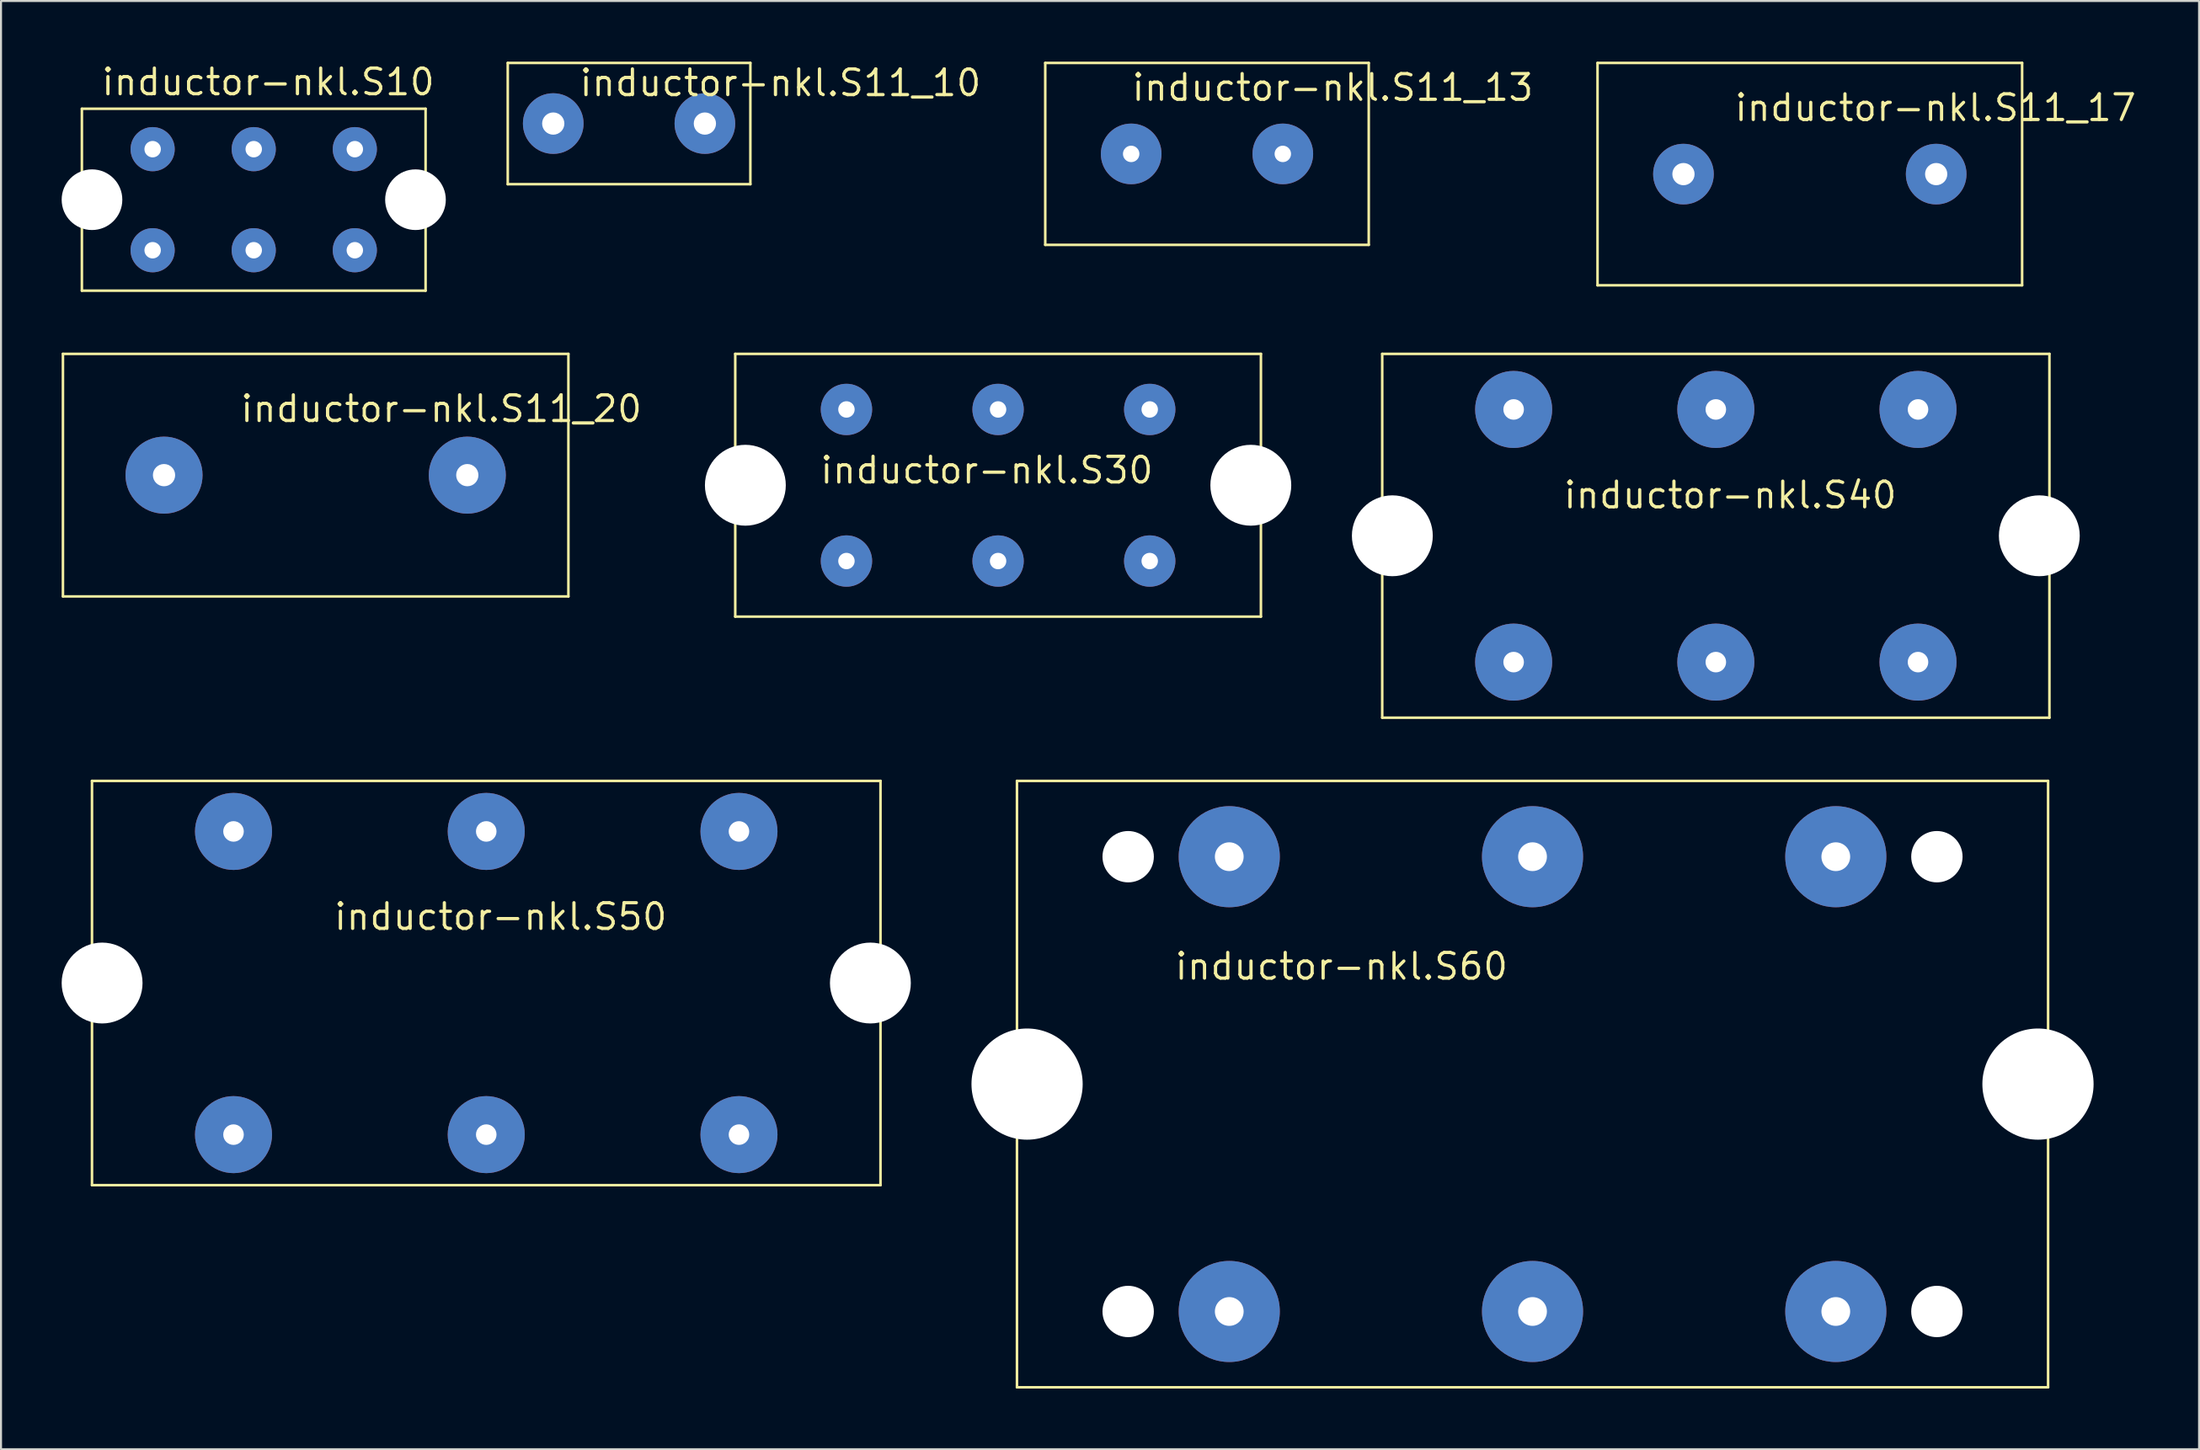
<source format=kicad_pcb>
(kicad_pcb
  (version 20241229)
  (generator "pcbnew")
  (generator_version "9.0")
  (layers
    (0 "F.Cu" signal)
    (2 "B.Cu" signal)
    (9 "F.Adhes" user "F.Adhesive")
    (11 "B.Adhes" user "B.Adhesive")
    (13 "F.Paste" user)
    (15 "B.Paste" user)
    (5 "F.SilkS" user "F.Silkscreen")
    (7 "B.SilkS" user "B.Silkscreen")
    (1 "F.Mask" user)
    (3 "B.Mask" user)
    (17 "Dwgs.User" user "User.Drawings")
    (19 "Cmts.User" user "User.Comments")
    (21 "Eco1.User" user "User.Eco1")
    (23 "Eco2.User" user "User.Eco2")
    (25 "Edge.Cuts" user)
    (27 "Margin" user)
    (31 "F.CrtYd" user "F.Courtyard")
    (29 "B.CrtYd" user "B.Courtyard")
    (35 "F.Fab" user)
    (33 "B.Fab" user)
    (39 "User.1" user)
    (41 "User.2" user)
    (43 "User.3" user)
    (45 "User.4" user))
  (footprint "inductor-nkl.S11_17"
    (layer "F.Cu")
    (at 86.465 5.564)
    (property "Reference" "inductor-nkl.S11_17" (at -3.81 -2.54 0) (layer "F.SilkS") (effects (font (size 1.27 1.27) (thickness 0.16)) (justify left bottom)))
    (attr through_hole)
    (fp_line (start -10.5 -5.5) (end 10.5 -5.5) (stroke (width 0.127) (type default)) (layer "F.SilkS"))
    (fp_line (start -10.5 5.5) (end -10.5 -5.5) (stroke (width 0.127) (type default)) (layer "F.SilkS"))
    (fp_line (start 10.5 -5.5) (end 10.5 5.5) (stroke (width 0.127) (type default)) (layer "F.SilkS"))
    (fp_line (start 10.5 5.5) (end -10.5 5.5) (stroke (width 0.127) (type default)) (layer "F.SilkS"))
    (pad "1" thru_hole circle (at -6.25 0) (size 3 3) (drill 1.1) (layers "*.Cu" "*.Mask"))
    (pad "2" thru_hole circle (at 6.25 0) (size 3 3) (drill 1.1) (layers "*.Cu" "*.Mask")))
  (footprint "inductor-nkl.S30"
    (layer "F.Cu")
    (at 46.316 20.957)
    (property "Reference" "inductor-nkl.S30" (at -8.89 0 0) (layer "F.SilkS") (effects (font (size 1.27 1.27) (thickness 0.16)) (justify left bottom)))
    (attr through_hole)
    (fp_line (start -13 -6.5) (end 13 -6.5) (stroke (width 0.127) (type default)) (layer "F.SilkS"))
    (fp_line (start -13 6.5) (end -13 -6.5) (stroke (width 0.127) (type default)) (layer "F.SilkS"))
    (fp_line (start 13 -6.5) (end 13 6.5) (stroke (width 0.127) (type default)) (layer "F.SilkS"))
    (fp_line (start 13 6.5) (end -13 6.5) (stroke (width 0.127) (type default)) (layer "F.SilkS"))
    (pad "" np_thru_hole circle (at -12.5 0) (size 4 4) (drill 4) (layers "*.Cu" "*.Mask"))
    (pad "" np_thru_hole circle (at 12.5 0) (size 4 4) (drill 4) (layers "*.Cu" "*.Mask"))
    (pad "1" thru_hole circle (at 7.5 -3.75) (size 2.54 2.54) (drill 0.813) (layers "*.Cu" "*.Mask"))
    (pad "2" thru_hole circle (at 7.5 3.75) (size 2.54 2.54) (drill 0.813) (layers "*.Cu" "*.Mask"))
    (pad "3" thru_hole circle (at -7.5 -3.75) (size 2.54 2.54) (drill 0.813) (layers "*.Cu" "*.Mask"))
    (pad "4" thru_hole circle (at -7.5 3.75) (size 2.54 2.54) (drill 0.813) (layers "*.Cu" "*.Mask"))
    (pad "5" thru_hole circle (at 0 -3.75) (size 2.54 2.54) (drill 0.813) (layers "*.Cu" "*.Mask"))
    (pad "6" thru_hole circle (at 0 3.75) (size 2.54 2.54) (drill 0.813) (layers "*.Cu" "*.Mask")))
  (footprint "inductor-nkl.S11_20"
    (layer "F.Cu")
    (at 12.563 20.457)
    (property "Reference" "inductor-nkl.S11_20" (at -3.81 -2.54 0) (layer "F.SilkS") (effects (font (size 1.27 1.27) (thickness 0.16)) (justify left bottom)))
    (attr through_hole)
    (fp_line (start -12.5 -6) (end 12.5 -6) (stroke (width 0.127) (type default)) (layer "F.SilkS"))
    (fp_line (start -12.5 6) (end -12.5 -6) (stroke (width 0.127) (type default)) (layer "F.SilkS"))
    (fp_line (start 12.5 -6) (end 12.5 6) (stroke (width 0.127) (type default)) (layer "F.SilkS"))
    (fp_line (start 12.5 6) (end -12.5 6) (stroke (width 0.127) (type default)) (layer "F.SilkS"))
    (pad "1" thru_hole circle (at -7.5 0) (size 3.81 3.81) (drill 1.1) (layers "*.Cu" "*.Mask"))
    (pad "2" thru_hole circle (at 7.5 0) (size 3.81 3.81) (drill 1.1) (layers "*.Cu" "*.Mask")))
  (footprint "inductor-nkl.S60"
    (layer "F.Cu")
    (at 72.75 50.584)
    (property "Reference" "inductor-nkl.S60" (at -17.78 -5.08 0) (layer "F.SilkS") (effects (font (size 1.27 1.27) (thickness 0.16)) (justify left bottom)))
    (attr through_hole)
    (fp_line (start -25.5 -15) (end 25.5 -15) (stroke (width 0.127) (type default)) (layer "F.SilkS"))
    (fp_line (start -25.5 15) (end -25.5 -15) (stroke (width 0.127) (type default)) (layer "F.SilkS"))
    (fp_line (start 25.5 -15) (end 25.5 15) (stroke (width 0.127) (type default)) (layer "F.SilkS"))
    (fp_line (start 25.5 15) (end -25.5 15) (stroke (width 0.127) (type default)) (layer "F.SilkS"))
    (pad "" np_thru_hole circle (at -25 0) (size 5.5 5.5) (drill 5.5) (layers "*.Cu" "*.Mask"))
    (pad "" np_thru_hole circle (at -20 -11.25) (size 2.54 2.54) (drill 2.54) (layers "*.Cu" "*.Mask"))
    (pad "" np_thru_hole circle (at -20 11.25) (size 2.54 2.54) (drill 2.54) (layers "*.Cu" "*.Mask"))
    (pad "" np_thru_hole circle (at 20 -11.25) (size 2.54 2.54) (drill 2.54) (layers "*.Cu" "*.Mask"))
    (pad "" np_thru_hole circle (at 20 11.25) (size 2.54 2.54) (drill 2.54) (layers "*.Cu" "*.Mask"))
    (pad "" np_thru_hole circle (at 25 0) (size 5.5 5.5) (drill 5.5) (layers "*.Cu" "*.Mask"))
    (pad "1" thru_hole circle (at 15 -11.25) (size 5 5) (drill 1.422) (layers "*.Cu" "*.Mask"))
    (pad "2" thru_hole circle (at 15 11.25) (size 5 5) (drill 1.422) (layers "*.Cu" "*.Mask"))
    (pad "3" thru_hole circle (at -15 -11.25) (size 5 5) (drill 1.422) (layers "*.Cu" "*.Mask"))
    (pad "4" thru_hole circle (at -15 11.25) (size 5 5) (drill 1.422) (layers "*.Cu" "*.Mask"))
    (pad "5" thru_hole circle (at 0 -11.25) (size 5 5) (drill 1.422) (layers "*.Cu" "*.Mask"))
    (pad "6" thru_hole circle (at 0 11.25) (size 5 5) (drill 1.422) (layers "*.Cu" "*.Mask")))
  (footprint "inductor-nkl.S11_13"
    (layer "F.Cu")
    (at 56.649 4.564)
    (property "Reference" "inductor-nkl.S11_13" (at -3.81 -2.54 0) (layer "F.SilkS") (effects (font (size 1.27 1.27) (thickness 0.16)) (justify left bottom)))
    (attr through_hole)
    (fp_line (start -8 -4.5) (end 8 -4.5) (stroke (width 0.127) (type default)) (layer "F.SilkS"))
    (fp_line (start -8 4.5) (end -8 -4.5) (stroke (width 0.127) (type default)) (layer "F.SilkS"))
    (fp_line (start 8 -4.5) (end 8 4.5) (stroke (width 0.127) (type default)) (layer "F.SilkS"))
    (fp_line (start 8 4.5) (end -8 4.5) (stroke (width 0.127) (type default)) (layer "F.SilkS"))
    (pad "1" thru_hole circle (at -3.75 0) (size 3 3) (drill 0.813) (layers "*.Cu" "*.Mask"))
    (pad "2" thru_hole circle (at 3.75 0) (size 3 3) (drill 0.813) (layers "*.Cu" "*.Mask")))
  (footprint "inductor-nkl.S40"
    (layer "F.Cu")
    (at 81.816 23.457)
    (property "Reference" "inductor-nkl.S40" (at -7.62 -1.27 0) (layer "F.SilkS") (effects (font (size 1.27 1.27) (thickness 0.16)) (justify left bottom)))
    (attr through_hole)
    (fp_line (start -16.5 -9) (end 16.5 -9) (stroke (width 0.127) (type default)) (layer "F.SilkS"))
    (fp_line (start -16.5 9) (end -16.5 -9) (stroke (width 0.127) (type default)) (layer "F.SilkS"))
    (fp_line (start 16.5 -9) (end 16.5 9) (stroke (width 0.127) (type default)) (layer "F.SilkS"))
    (fp_line (start 16.5 9) (end -16.5 9) (stroke (width 0.127) (type default)) (layer "F.SilkS"))
    (pad "" np_thru_hole circle (at -16 0) (size 4 4) (drill 4) (layers "*.Cu" "*.Mask"))
    (pad "" np_thru_hole circle (at 16 0) (size 4 4) (drill 4) (layers "*.Cu" "*.Mask"))
    (pad "1" thru_hole circle (at 10 -6.25) (size 3.81 3.81) (drill 1.016) (layers "*.Cu" "*.Mask"))
    (pad "2" thru_hole circle (at 10 6.25) (size 3.81 3.81) (drill 1.016) (layers "*.Cu" "*.Mask"))
    (pad "3" thru_hole circle (at -10 -6.25) (size 3.81 3.81) (drill 1.016) (layers "*.Cu" "*.Mask"))
    (pad "4" thru_hole circle (at -10 6.25) (size 3.81 3.81) (drill 1.016) (layers "*.Cu" "*.Mask"))
    (pad "5" thru_hole circle (at 0 -6.25) (size 3.81 3.81) (drill 1.016) (layers "*.Cu" "*.Mask"))
    (pad "6" thru_hole circle (at 0 6.25) (size 3.81 3.81) (drill 1.016) (layers "*.Cu" "*.Mask")))
  (footprint "inductor-nkl.S11_10"
    (layer "F.Cu")
    (at 28.064 3.063)
    (property "Reference" "inductor-nkl.S11_10" (at -2.54 -1.27 0) (layer "F.SilkS") (effects (font (size 1.27 1.27) (thickness 0.16)) (justify left bottom)))
    (attr through_hole)
    (fp_line (start -6 -3) (end 6 -3) (stroke (width 0.127) (type default)) (layer "F.SilkS"))
    (fp_line (start -6 3) (end -6 -3) (stroke (width 0.127) (type default)) (layer "F.SilkS"))
    (fp_line (start 6 -3) (end 6 3) (stroke (width 0.127) (type default)) (layer "F.SilkS"))
    (fp_line (start 6 3) (end -6 3) (stroke (width 0.127) (type default)) (layer "F.SilkS"))
    (pad "1" thru_hole circle (at -3.75 0) (size 3 3) (drill 1.1) (layers "*.Cu" "*.Mask"))
    (pad "2" thru_hole circle (at 3.75 0) (size 3 3) (drill 1.1) (layers "*.Cu" "*.Mask")))
  (footprint "inductor-nkl.S50"
    (layer "F.Cu")
    (at 21 45.584)
    (property "Reference" "inductor-nkl.S50" (at -7.62 -2.54 0) (layer "F.SilkS") (effects (font (size 1.27 1.27) (thickness 0.16)) (justify left bottom)))
    (attr through_hole)
    (fp_line (start -19.5 -10) (end 19.5 -10) (stroke (width 0.127) (type default)) (layer "F.SilkS"))
    (fp_line (start -19.5 10) (end -19.5 -10) (stroke (width 0.127) (type default)) (layer "F.SilkS"))
    (fp_line (start 19.5 -10) (end 19.5 10) (stroke (width 0.127) (type default)) (layer "F.SilkS"))
    (fp_line (start 19.5 10) (end -19.5 10) (stroke (width 0.127) (type default)) (layer "F.SilkS"))
    (pad "" np_thru_hole circle (at -19 0) (size 4 4) (drill 4) (layers "*.Cu" "*.Mask"))
    (pad "" np_thru_hole circle (at 19 0) (size 4 4) (drill 4) (layers "*.Cu" "*.Mask"))
    (pad "1" thru_hole circle (at 12.5 -7.5) (size 3.81 3.81) (drill 1.016) (layers "*.Cu" "*.Mask"))
    (pad "2" thru_hole circle (at 12.5 7.5) (size 3.81 3.81) (drill 1.016) (layers "*.Cu" "*.Mask"))
    (pad "3" thru_hole circle (at -12.5 -7.5) (size 3.81 3.81) (drill 1.016) (layers "*.Cu" "*.Mask"))
    (pad "4" thru_hole circle (at -12.5 7.5) (size 3.81 3.81) (drill 1.016) (layers "*.Cu" "*.Mask"))
    (pad "5" thru_hole circle (at 0 -7.5) (size 3.81 3.81) (drill 1.016) (layers "*.Cu" "*.Mask"))
    (pad "6" thru_hole circle (at 0 7.5) (size 3.81 3.81) (drill 1.016) (layers "*.Cu" "*.Mask")))
  (footprint "inductor-nkl.S10"
    (layer "F.Cu")
    (at 9.5 6.83)
    (property "Reference" "inductor-nkl.S10" (at -7.62 -5.08 0) (layer "F.SilkS") (effects (font (size 1.27 1.27) (thickness 0.16)) (justify left bottom)))
    (attr through_hole)
    (fp_line (start -8.5 -4.5) (end 8.5 -4.5) (stroke (width 0.127) (type default)) (layer "F.SilkS"))
    (fp_line (start -8.5 4.5) (end -8.5 -4.5) (stroke (width 0.127) (type default)) (layer "F.SilkS"))
    (fp_line (start 8.5 -4.5) (end 8.5 4.5) (stroke (width 0.127) (type default)) (layer "F.SilkS"))
    (fp_line (start 8.5 4.5) (end -8.5 4.5) (stroke (width 0.127) (type default)) (layer "F.SilkS"))
    (pad "" np_thru_hole circle (at -8 0) (size 3 3) (drill 3) (layers "*.Cu" "*.Mask"))
    (pad "" np_thru_hole circle (at 8 0) (size 3 3) (drill 3) (layers "*.Cu" "*.Mask"))
    (pad "1" thru_hole circle (at 5 -2.5) (size 2.184 2.184) (drill 0.813) (layers "*.Cu" "*.Mask"))
    (pad "2" thru_hole circle (at 5 2.5) (size 2.184 2.184) (drill 0.813) (layers "*.Cu" "*.Mask"))
    (pad "3" thru_hole circle (at -5 -2.5) (size 2.184 2.184) (drill 0.813) (layers "*.Cu" "*.Mask"))
    (pad "4" thru_hole circle (at -5 2.5) (size 2.184 2.184) (drill 0.813) (layers "*.Cu" "*.Mask"))
    (pad "5" thru_hole circle (at 0 -2.5) (size 2.184 2.184) (drill 0.813) (layers "*.Cu" "*.Mask"))
    (pad "6" thru_hole circle (at 0 2.5) (size 2.184 2.184) (drill 0.813) (layers "*.Cu" "*.Mask")))
  (gr_rect
    (start -3 -3)
    (end 105.717 68.647)
    (stroke (width 0.1) (type default))
    (fill no)
    (layer "Edge.Cuts")))
</source>
